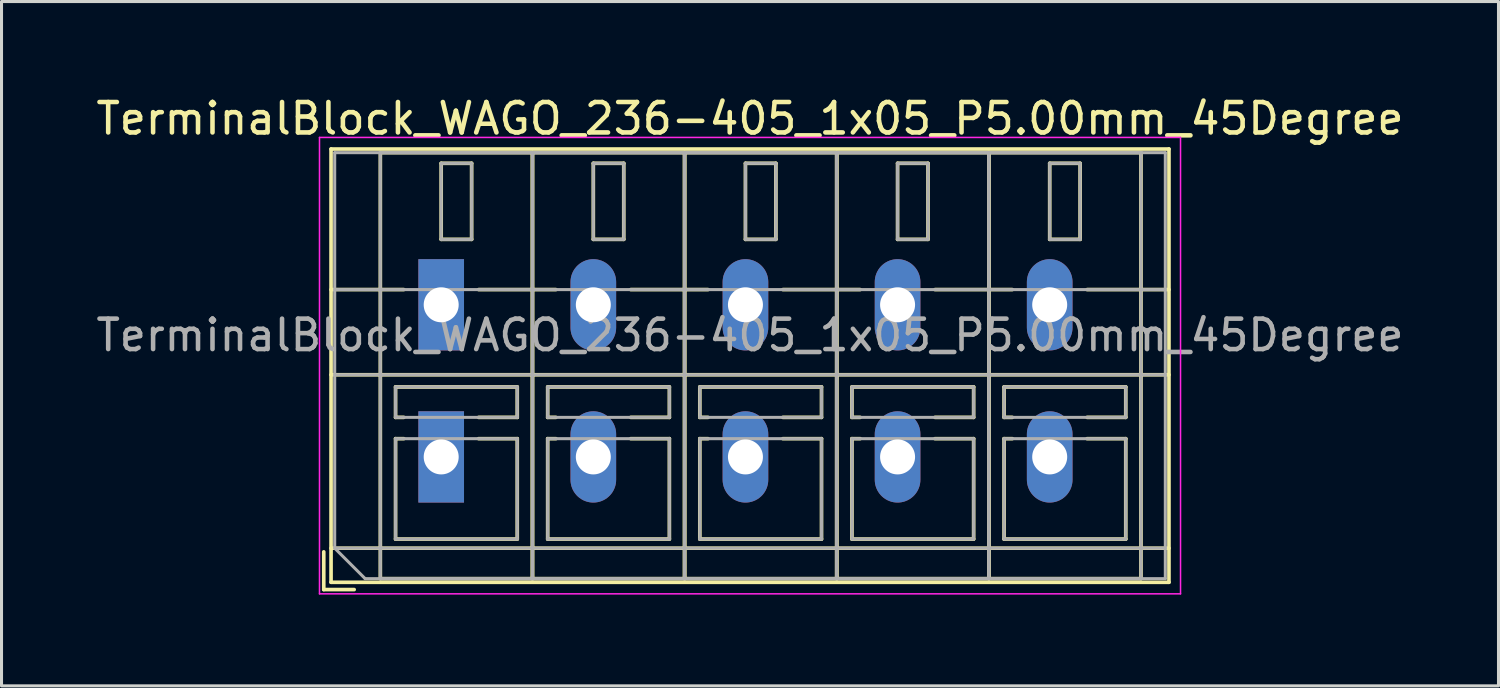
<source format=kicad_pcb>
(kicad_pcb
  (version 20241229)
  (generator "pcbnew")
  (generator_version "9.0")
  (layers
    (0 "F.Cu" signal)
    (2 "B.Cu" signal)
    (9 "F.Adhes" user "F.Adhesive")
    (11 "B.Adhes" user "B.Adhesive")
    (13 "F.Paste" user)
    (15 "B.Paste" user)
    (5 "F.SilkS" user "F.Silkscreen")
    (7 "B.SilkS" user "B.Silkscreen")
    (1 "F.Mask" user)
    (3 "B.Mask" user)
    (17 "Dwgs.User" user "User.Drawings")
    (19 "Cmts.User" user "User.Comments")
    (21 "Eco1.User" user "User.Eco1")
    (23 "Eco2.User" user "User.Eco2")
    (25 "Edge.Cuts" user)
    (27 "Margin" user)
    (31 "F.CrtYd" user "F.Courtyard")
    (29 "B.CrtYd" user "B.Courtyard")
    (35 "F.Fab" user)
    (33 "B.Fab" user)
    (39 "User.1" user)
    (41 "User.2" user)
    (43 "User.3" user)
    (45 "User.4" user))
  (footprint "TerminalBlock_WAGO_236-405_1x05_P5.00mm_45Degree"
    (layer "F.Cu")
    (at 11.451 6.968)
    (property "Reference" "TerminalBlock_WAGO_236-405_1x05_P5.00mm_45Degree" (at 10.15 -6.12 0) (layer "F.SilkS") (effects (font (size 1 1) (thickness 0.15))))
    (attr through_hole)
    (fp_line (start -3.86 8.12) (end -3.86 9.36) (stroke (width 0.12) (type solid)) (layer "F.SilkS"))
    (fp_line (start -3.86 9.36) (end -2.86 9.36) (stroke (width 0.12) (type solid)) (layer "F.SilkS"))
    (fp_line (start -3.62 -5.12) (end -3.62 9.12) (stroke (width 0.12) (type solid)) (layer "F.SilkS"))
    (fp_line (start -3.62 -5.12) (end 23.92 -5.12) (stroke (width 0.12) (type solid)) (layer "F.SilkS"))
    (fp_line (start -3.62 -0.5) (end -1.23 -0.5) (stroke (width 0.12) (type solid)) (layer "F.SilkS"))
    (fp_line (start -3.62 2.3) (end 23.92 2.3) (stroke (width 0.12) (type solid)) (layer "F.SilkS"))
    (fp_line (start -3.62 8) (end 23.92 8) (stroke (width 0.12) (type solid)) (layer "F.SilkS"))
    (fp_line (start -3.62 9.12) (end 23.92 9.12) (stroke (width 0.12) (type solid)) (layer "F.SilkS"))
    (fp_line (start -2 -5) (end -2 9) (stroke (width 0.12) (type solid)) (layer "F.SilkS"))
    (fp_line (start -2 -5) (end 3 -5) (stroke (width 0.12) (type solid)) (layer "F.SilkS"))
    (fp_line (start -2 9) (end 3 9) (stroke (width 0.12) (type solid)) (layer "F.SilkS"))
    (fp_line (start -1.5 2.7) (end -1.5 3.7) (stroke (width 0.12) (type solid)) (layer "F.SilkS"))
    (fp_line (start -1.5 2.7) (end 2.5 2.7) (stroke (width 0.12) (type solid)) (layer "F.SilkS"))
    (fp_line (start -1.5 3.7) (end -1.23 3.7) (stroke (width 0.12) (type solid)) (layer "F.SilkS"))
    (fp_line (start -1.5 4.4) (end -1.5 7.7) (stroke (width 0.12) (type solid)) (layer "F.SilkS"))
    (fp_line (start -1.5 4.4) (end -1.23 4.4) (stroke (width 0.12) (type solid)) (layer "F.SilkS"))
    (fp_line (start -1.5 7.7) (end 2.5 7.7) (stroke (width 0.12) (type solid)) (layer "F.SilkS"))
    (fp_line (start 0 -4.65) (end 0 -2.151) (stroke (width 0.12) (type solid)) (layer "F.SilkS"))
    (fp_line (start 0 -4.65) (end 1 -4.65) (stroke (width 0.12) (type solid)) (layer "F.SilkS"))
    (fp_line (start 0 -2.151) (end 1 -2.151) (stroke (width 0.12) (type solid)) (layer "F.SilkS"))
    (fp_line (start 1 -4.65) (end 1 -2.151) (stroke (width 0.12) (type solid)) (layer "F.SilkS"))
    (fp_line (start 1.23 -0.5) (end 3.77 -0.5) (stroke (width 0.12) (type solid)) (layer "F.SilkS"))
    (fp_line (start 1.23 3.7) (end 2.5 3.7) (stroke (width 0.12) (type solid)) (layer "F.SilkS"))
    (fp_line (start 1.23 4.4) (end 2.5 4.4) (stroke (width 0.12) (type solid)) (layer "F.SilkS"))
    (fp_line (start 2.5 2.7) (end 2.5 3.7) (stroke (width 0.12) (type solid)) (layer "F.SilkS"))
    (fp_line (start 2.5 4.4) (end 2.5 7.7) (stroke (width 0.12) (type solid)) (layer "F.SilkS"))
    (fp_line (start 3 -5) (end 3 9) (stroke (width 0.12) (type solid)) (layer "F.SilkS"))
    (fp_line (start 3 -5) (end 3 9) (stroke (width 0.12) (type solid)) (layer "F.SilkS"))
    (fp_line (start 3 -5) (end 8 -5) (stroke (width 0.12) (type solid)) (layer "F.SilkS"))
    (fp_line (start 3 9) (end 8 9) (stroke (width 0.12) (type solid)) (layer "F.SilkS"))
    (fp_line (start 3.5 2.7) (end 3.5 3.7) (stroke (width 0.12) (type solid)) (layer "F.SilkS"))
    (fp_line (start 3.5 2.7) (end 7.5 2.7) (stroke (width 0.12) (type solid)) (layer "F.SilkS"))
    (fp_line (start 3.5 3.7) (end 3.77 3.7) (stroke (width 0.12) (type solid)) (layer "F.SilkS"))
    (fp_line (start 3.5 4.4) (end 3.5 7.7) (stroke (width 0.12) (type solid)) (layer "F.SilkS"))
    (fp_line (start 3.5 4.4) (end 3.77 4.4) (stroke (width 0.12) (type solid)) (layer "F.SilkS"))
    (fp_line (start 3.5 7.7) (end 7.5 7.7) (stroke (width 0.12) (type solid)) (layer "F.SilkS"))
    (fp_line (start 5 -4.65) (end 5 -2.151) (stroke (width 0.12) (type solid)) (layer "F.SilkS"))
    (fp_line (start 5 -4.65) (end 6 -4.65) (stroke (width 0.12) (type solid)) (layer "F.SilkS"))
    (fp_line (start 5 -2.151) (end 6 -2.151) (stroke (width 0.12) (type solid)) (layer "F.SilkS"))
    (fp_line (start 6 -4.65) (end 6 -2.151) (stroke (width 0.12) (type solid)) (layer "F.SilkS"))
    (fp_line (start 6.23 -0.5) (end 8.77 -0.5) (stroke (width 0.12) (type solid)) (layer "F.SilkS"))
    (fp_line (start 6.23 3.7) (end 7.5 3.7) (stroke (width 0.12) (type solid)) (layer "F.SilkS"))
    (fp_line (start 6.23 4.4) (end 7.5 4.4) (stroke (width 0.12) (type solid)) (layer "F.SilkS"))
    (fp_line (start 7.5 2.7) (end 7.5 3.7) (stroke (width 0.12) (type solid)) (layer "F.SilkS"))
    (fp_line (start 7.5 4.4) (end 7.5 7.7) (stroke (width 0.12) (type solid)) (layer "F.SilkS"))
    (fp_line (start 8 -5) (end 8 9) (stroke (width 0.12) (type solid)) (layer "F.SilkS"))
    (fp_line (start 8 -5) (end 8 9) (stroke (width 0.12) (type solid)) (layer "F.SilkS"))
    (fp_line (start 8 -5) (end 13 -5) (stroke (width 0.12) (type solid)) (layer "F.SilkS"))
    (fp_line (start 8 9) (end 13 9) (stroke (width 0.12) (type solid)) (layer "F.SilkS"))
    (fp_line (start 8.5 2.7) (end 8.5 3.7) (stroke (width 0.12) (type solid)) (layer "F.SilkS"))
    (fp_line (start 8.5 2.7) (end 12.5 2.7) (stroke (width 0.12) (type solid)) (layer "F.SilkS"))
    (fp_line (start 8.5 3.7) (end 8.77 3.7) (stroke (width 0.12) (type solid)) (layer "F.SilkS"))
    (fp_line (start 8.5 4.4) (end 8.5 7.7) (stroke (width 0.12) (type solid)) (layer "F.SilkS"))
    (fp_line (start 8.5 4.4) (end 8.77 4.4) (stroke (width 0.12) (type solid)) (layer "F.SilkS"))
    (fp_line (start 8.5 7.7) (end 12.5 7.7) (stroke (width 0.12) (type solid)) (layer "F.SilkS"))
    (fp_line (start 10 -4.65) (end 10 -2.151) (stroke (width 0.12) (type solid)) (layer "F.SilkS"))
    (fp_line (start 10 -4.65) (end 11 -4.65) (stroke (width 0.12) (type solid)) (layer "F.SilkS"))
    (fp_line (start 10 -2.151) (end 11 -2.151) (stroke (width 0.12) (type solid)) (layer "F.SilkS"))
    (fp_line (start 11 -4.65) (end 11 -2.151) (stroke (width 0.12) (type solid)) (layer "F.SilkS"))
    (fp_line (start 11.23 -0.5) (end 13.77 -0.5) (stroke (width 0.12) (type solid)) (layer "F.SilkS"))
    (fp_line (start 11.23 3.7) (end 12.5 3.7) (stroke (width 0.12) (type solid)) (layer "F.SilkS"))
    (fp_line (start 11.23 4.4) (end 12.5 4.4) (stroke (width 0.12) (type solid)) (layer "F.SilkS"))
    (fp_line (start 12.5 2.7) (end 12.5 3.7) (stroke (width 0.12) (type solid)) (layer "F.SilkS"))
    (fp_line (start 12.5 4.4) (end 12.5 7.7) (stroke (width 0.12) (type solid)) (layer "F.SilkS"))
    (fp_line (start 13 -5) (end 13 9) (stroke (width 0.12) (type solid)) (layer "F.SilkS"))
    (fp_line (start 13 -5) (end 13 9) (stroke (width 0.12) (type solid)) (layer "F.SilkS"))
    (fp_line (start 13 -5) (end 18 -5) (stroke (width 0.12) (type solid)) (layer "F.SilkS"))
    (fp_line (start 13 9) (end 18 9) (stroke (width 0.12) (type solid)) (layer "F.SilkS"))
    (fp_line (start 13.5 2.7) (end 13.5 3.7) (stroke (width 0.12) (type solid)) (layer "F.SilkS"))
    (fp_line (start 13.5 2.7) (end 17.5 2.7) (stroke (width 0.12) (type solid)) (layer "F.SilkS"))
    (fp_line (start 13.5 3.7) (end 13.77 3.7) (stroke (width 0.12) (type solid)) (layer "F.SilkS"))
    (fp_line (start 13.5 4.4) (end 13.5 7.7) (stroke (width 0.12) (type solid)) (layer "F.SilkS"))
    (fp_line (start 13.5 4.4) (end 13.77 4.4) (stroke (width 0.12) (type solid)) (layer "F.SilkS"))
    (fp_line (start 13.5 7.7) (end 17.5 7.7) (stroke (width 0.12) (type solid)) (layer "F.SilkS"))
    (fp_line (start 15 -4.65) (end 15 -2.151) (stroke (width 0.12) (type solid)) (layer "F.SilkS"))
    (fp_line (start 15 -4.65) (end 16 -4.65) (stroke (width 0.12) (type solid)) (layer "F.SilkS"))
    (fp_line (start 15 -2.151) (end 16 -2.151) (stroke (width 0.12) (type solid)) (layer "F.SilkS"))
    (fp_line (start 16 -4.65) (end 16 -2.151) (stroke (width 0.12) (type solid)) (layer "F.SilkS"))
    (fp_line (start 16.23 -0.5) (end 18.77 -0.5) (stroke (width 0.12) (type solid)) (layer "F.SilkS"))
    (fp_line (start 16.23 3.7) (end 17.5 3.7) (stroke (width 0.12) (type solid)) (layer "F.SilkS"))
    (fp_line (start 16.23 4.4) (end 17.5 4.4) (stroke (width 0.12) (type solid)) (layer "F.SilkS"))
    (fp_line (start 17.5 2.7) (end 17.5 3.7) (stroke (width 0.12) (type solid)) (layer "F.SilkS"))
    (fp_line (start 17.5 4.4) (end 17.5 7.7) (stroke (width 0.12) (type solid)) (layer "F.SilkS"))
    (fp_line (start 18 -5) (end 18 9) (stroke (width 0.12) (type solid)) (layer "F.SilkS"))
    (fp_line (start 18 -5) (end 18 9) (stroke (width 0.12) (type solid)) (layer "F.SilkS"))
    (fp_line (start 18 -5) (end 23 -5) (stroke (width 0.12) (type solid)) (layer "F.SilkS"))
    (fp_line (start 18 9) (end 23 9) (stroke (width 0.12) (type solid)) (layer "F.SilkS"))
    (fp_line (start 18.5 2.7) (end 18.5 3.7) (stroke (width 0.12) (type solid)) (layer "F.SilkS"))
    (fp_line (start 18.5 2.7) (end 22.5 2.7) (stroke (width 0.12) (type solid)) (layer "F.SilkS"))
    (fp_line (start 18.5 3.7) (end 18.77 3.7) (stroke (width 0.12) (type solid)) (layer "F.SilkS"))
    (fp_line (start 18.5 4.4) (end 18.5 7.7) (stroke (width 0.12) (type solid)) (layer "F.SilkS"))
    (fp_line (start 18.5 4.4) (end 18.77 4.4) (stroke (width 0.12) (type solid)) (layer "F.SilkS"))
    (fp_line (start 18.5 7.7) (end 22.5 7.7) (stroke (width 0.12) (type solid)) (layer "F.SilkS"))
    (fp_line (start 20 -4.65) (end 20 -2.151) (stroke (width 0.12) (type solid)) (layer "F.SilkS"))
    (fp_line (start 20 -4.65) (end 21 -4.65) (stroke (width 0.12) (type solid)) (layer "F.SilkS"))
    (fp_line (start 20 -2.151) (end 21 -2.151) (stroke (width 0.12) (type solid)) (layer "F.SilkS"))
    (fp_line (start 21 -4.65) (end 21 -2.151) (stroke (width 0.12) (type solid)) (layer "F.SilkS"))
    (fp_line (start 21.23 -0.5) (end 23.92 -0.5) (stroke (width 0.12) (type solid)) (layer "F.SilkS"))
    (fp_line (start 21.23 3.7) (end 22.5 3.7) (stroke (width 0.12) (type solid)) (layer "F.SilkS"))
    (fp_line (start 21.23 4.4) (end 22.5 4.4) (stroke (width 0.12) (type solid)) (layer "F.SilkS"))
    (fp_line (start 22.5 2.7) (end 22.5 3.7) (stroke (width 0.12) (type solid)) (layer "F.SilkS"))
    (fp_line (start 22.5 4.4) (end 22.5 7.7) (stroke (width 0.12) (type solid)) (layer "F.SilkS"))
    (fp_line (start 23 -5) (end 23 9) (stroke (width 0.12) (type solid)) (layer "F.SilkS"))
    (fp_line (start 23.92 -5.12) (end 23.92 9.12) (stroke (width 0.12) (type solid)) (layer "F.SilkS"))
    (fp_line (start -4 -5.5) (end -4 9.5) (stroke (width 0.05) (type solid)) (layer "F.CrtYd"))
    (fp_line (start -4 9.5) (end 24.3 9.5) (stroke (width 0.05) (type solid)) (layer "F.CrtYd"))
    (fp_line (start 24.3 -5.5) (end -4 -5.5) (stroke (width 0.05) (type solid)) (layer "F.CrtYd"))
    (fp_line (start 24.3 9.5) (end 24.3 -5.5) (stroke (width 0.05) (type solid)) (layer "F.CrtYd"))
    (fp_line (start -3.5 -5) (end 23.8 -5) (stroke (width 0.1) (type solid)) (layer "F.Fab"))
    (fp_line (start -3.5 -0.5) (end 23.8 -0.5) (stroke (width 0.1) (type solid)) (layer "F.Fab"))
    (fp_line (start -3.5 2.3) (end 23.8 2.3) (stroke (width 0.1) (type solid)) (layer "F.Fab"))
    (fp_line (start -3.5 8) (end -3.5 -5) (stroke (width 0.1) (type solid)) (layer "F.Fab"))
    (fp_line (start -3.5 8) (end 23.8 8) (stroke (width 0.1) (type solid)) (layer "F.Fab"))
    (fp_line (start -2.5 9) (end -3.5 8) (stroke (width 0.1) (type solid)) (layer "F.Fab"))
    (fp_line (start -2 -5) (end -2 9) (stroke (width 0.1) (type solid)) (layer "F.Fab"))
    (fp_line (start -2 9) (end 3 9) (stroke (width 0.1) (type solid)) (layer "F.Fab"))
    (fp_line (start -1.5 2.7) (end -1.5 3.7) (stroke (width 0.1) (type solid)) (layer "F.Fab"))
    (fp_line (start -1.5 3.7) (end 2.5 3.7) (stroke (width 0.1) (type solid)) (layer "F.Fab"))
    (fp_line (start -1.5 4.4) (end -1.5 7.7) (stroke (width 0.1) (type solid)) (layer "F.Fab"))
    (fp_line (start -1.5 7.7) (end 2.5 7.7) (stroke (width 0.1) (type solid)) (layer "F.Fab"))
    (fp_line (start 0 -4.65) (end 0 -2.15) (stroke (width 0.1) (type solid)) (layer "F.Fab"))
    (fp_line (start 0 -2.15) (end 1 -2.15) (stroke (width 0.1) (type solid)) (layer "F.Fab"))
    (fp_line (start 1 -4.65) (end 0 -4.65) (stroke (width 0.1) (type solid)) (layer "F.Fab"))
    (fp_line (start 1 -2.15) (end 1 -4.65) (stroke (width 0.1) (type solid)) (layer "F.Fab"))
    (fp_line (start 2.5 2.7) (end -1.5 2.7) (stroke (width 0.1) (type solid)) (layer "F.Fab"))
    (fp_line (start 2.5 3.7) (end 2.5 2.7) (stroke (width 0.1) (type solid)) (layer "F.Fab"))
    (fp_line (start 2.5 4.4) (end -1.5 4.4) (stroke (width 0.1) (type solid)) (layer "F.Fab"))
    (fp_line (start 2.5 7.7) (end 2.5 4.4) (stroke (width 0.1) (type solid)) (layer "F.Fab"))
    (fp_line (start 3 -5) (end -2 -5) (stroke (width 0.1) (type solid)) (layer "F.Fab"))
    (fp_line (start 3 -5) (end 3 9) (stroke (width 0.1) (type solid)) (layer "F.Fab"))
    (fp_line (start 3 9) (end 3 -5) (stroke (width 0.1) (type solid)) (layer "F.Fab"))
    (fp_line (start 3 9) (end 8 9) (stroke (width 0.1) (type solid)) (layer "F.Fab"))
    (fp_line (start 3.5 2.7) (end 3.5 3.7) (stroke (width 0.1) (type solid)) (layer "F.Fab"))
    (fp_line (start 3.5 3.7) (end 7.5 3.7) (stroke (width 0.1) (type solid)) (layer "F.Fab"))
    (fp_line (start 3.5 4.4) (end 3.5 7.7) (stroke (width 0.1) (type solid)) (layer "F.Fab"))
    (fp_line (start 3.5 7.7) (end 7.5 7.7) (stroke (width 0.1) (type solid)) (layer "F.Fab"))
    (fp_line (start 5 -4.65) (end 5 -2.15) (stroke (width 0.1) (type solid)) (layer "F.Fab"))
    (fp_line (start 5 -2.15) (end 6 -2.15) (stroke (width 0.1) (type solid)) (layer "F.Fab"))
    (fp_line (start 6 -4.65) (end 5 -4.65) (stroke (width 0.1) (type solid)) (layer "F.Fab"))
    (fp_line (start 6 -2.15) (end 6 -4.65) (stroke (width 0.1) (type solid)) (layer "F.Fab"))
    (fp_line (start 7.5 2.7) (end 3.5 2.7) (stroke (width 0.1) (type solid)) (layer "F.Fab"))
    (fp_line (start 7.5 3.7) (end 7.5 2.7) (stroke (width 0.1) (type solid)) (layer "F.Fab"))
    (fp_line (start 7.5 4.4) (end 3.5 4.4) (stroke (width 0.1) (type solid)) (layer "F.Fab"))
    (fp_line (start 7.5 7.7) (end 7.5 4.4) (stroke (width 0.1) (type solid)) (layer "F.Fab"))
    (fp_line (start 8 -5) (end 3 -5) (stroke (width 0.1) (type solid)) (layer "F.Fab"))
    (fp_line (start 8 -5) (end 8 9) (stroke (width 0.1) (type solid)) (layer "F.Fab"))
    (fp_line (start 8 9) (end 8 -5) (stroke (width 0.1) (type solid)) (layer "F.Fab"))
    (fp_line (start 8 9) (end 13 9) (stroke (width 0.1) (type solid)) (layer "F.Fab"))
    (fp_line (start 8.5 2.7) (end 8.5 3.7) (stroke (width 0.1) (type solid)) (layer "F.Fab"))
    (fp_line (start 8.5 3.7) (end 12.5 3.7) (stroke (width 0.1) (type solid)) (layer "F.Fab"))
    (fp_line (start 8.5 4.4) (end 8.5 7.7) (stroke (width 0.1) (type solid)) (layer "F.Fab"))
    (fp_line (start 8.5 7.7) (end 12.5 7.7) (stroke (width 0.1) (type solid)) (layer "F.Fab"))
    (fp_line (start 10 -4.65) (end 10 -2.15) (stroke (width 0.1) (type solid)) (layer "F.Fab"))
    (fp_line (start 10 -2.15) (end 11 -2.15) (stroke (width 0.1) (type solid)) (layer "F.Fab"))
    (fp_line (start 11 -4.65) (end 10 -4.65) (stroke (width 0.1) (type solid)) (layer "F.Fab"))
    (fp_line (start 11 -2.15) (end 11 -4.65) (stroke (width 0.1) (type solid)) (layer "F.Fab"))
    (fp_line (start 12.5 2.7) (end 8.5 2.7) (stroke (width 0.1) (type solid)) (layer "F.Fab"))
    (fp_line (start 12.5 3.7) (end 12.5 2.7) (stroke (width 0.1) (type solid)) (layer "F.Fab"))
    (fp_line (start 12.5 4.4) (end 8.5 4.4) (stroke (width 0.1) (type solid)) (layer "F.Fab"))
    (fp_line (start 12.5 7.7) (end 12.5 4.4) (stroke (width 0.1) (type solid)) (layer "F.Fab"))
    (fp_line (start 13 -5) (end 8 -5) (stroke (width 0.1) (type solid)) (layer "F.Fab"))
    (fp_line (start 13 -5) (end 13 9) (stroke (width 0.1) (type solid)) (layer "F.Fab"))
    (fp_line (start 13 9) (end 13 -5) (stroke (width 0.1) (type solid)) (layer "F.Fab"))
    (fp_line (start 13 9) (end 18 9) (stroke (width 0.1) (type solid)) (layer "F.Fab"))
    (fp_line (start 13.5 2.7) (end 13.5 3.7) (stroke (width 0.1) (type solid)) (layer "F.Fab"))
    (fp_line (start 13.5 3.7) (end 17.5 3.7) (stroke (width 0.1) (type solid)) (layer "F.Fab"))
    (fp_line (start 13.5 4.4) (end 13.5 7.7) (stroke (width 0.1) (type solid)) (layer "F.Fab"))
    (fp_line (start 13.5 7.7) (end 17.5 7.7) (stroke (width 0.1) (type solid)) (layer "F.Fab"))
    (fp_line (start 15 -4.65) (end 15 -2.15) (stroke (width 0.1) (type solid)) (layer "F.Fab"))
    (fp_line (start 15 -2.15) (end 16 -2.15) (stroke (width 0.1) (type solid)) (layer "F.Fab"))
    (fp_line (start 16 -4.65) (end 15 -4.65) (stroke (width 0.1) (type solid)) (layer "F.Fab"))
    (fp_line (start 16 -2.15) (end 16 -4.65) (stroke (width 0.1) (type solid)) (layer "F.Fab"))
    (fp_line (start 17.5 2.7) (end 13.5 2.7) (stroke (width 0.1) (type solid)) (layer "F.Fab"))
    (fp_line (start 17.5 3.7) (end 17.5 2.7) (stroke (width 0.1) (type solid)) (layer "F.Fab"))
    (fp_line (start 17.5 4.4) (end 13.5 4.4) (stroke (width 0.1) (type solid)) (layer "F.Fab"))
    (fp_line (start 17.5 7.7) (end 17.5 4.4) (stroke (width 0.1) (type solid)) (layer "F.Fab"))
    (fp_line (start 18 -5) (end 13 -5) (stroke (width 0.1) (type solid)) (layer "F.Fab"))
    (fp_line (start 18 -5) (end 18 9) (stroke (width 0.1) (type solid)) (layer "F.Fab"))
    (fp_line (start 18 9) (end 18 -5) (stroke (width 0.1) (type solid)) (layer "F.Fab"))
    (fp_line (start 18 9) (end 23 9) (stroke (width 0.1) (type solid)) (layer "F.Fab"))
    (fp_line (start 18.5 2.7) (end 18.5 3.7) (stroke (width 0.1) (type solid)) (layer "F.Fab"))
    (fp_line (start 18.5 3.7) (end 22.5 3.7) (stroke (width 0.1) (type solid)) (layer "F.Fab"))
    (fp_line (start 18.5 4.4) (end 18.5 7.7) (stroke (width 0.1) (type solid)) (layer "F.Fab"))
    (fp_line (start 18.5 7.7) (end 22.5 7.7) (stroke (width 0.1) (type solid)) (layer "F.Fab"))
    (fp_line (start 20 -4.65) (end 20 -2.15) (stroke (width 0.1) (type solid)) (layer "F.Fab"))
    (fp_line (start 20 -2.15) (end 21 -2.15) (stroke (width 0.1) (type solid)) (layer "F.Fab"))
    (fp_line (start 21 -4.65) (end 20 -4.65) (stroke (width 0.1) (type solid)) (layer "F.Fab"))
    (fp_line (start 21 -2.15) (end 21 -4.65) (stroke (width 0.1) (type solid)) (layer "F.Fab"))
    (fp_line (start 22.5 2.7) (end 18.5 2.7) (stroke (width 0.1) (type solid)) (layer "F.Fab"))
    (fp_line (start 22.5 3.7) (end 22.5 2.7) (stroke (width 0.1) (type solid)) (layer "F.Fab"))
    (fp_line (start 22.5 4.4) (end 18.5 4.4) (stroke (width 0.1) (type solid)) (layer "F.Fab"))
    (fp_line (start 22.5 7.7) (end 22.5 4.4) (stroke (width 0.1) (type solid)) (layer "F.Fab"))
    (fp_line (start 23 -5) (end 18 -5) (stroke (width 0.1) (type solid)) (layer "F.Fab"))
    (fp_line (start 23 9) (end 23 -5) (stroke (width 0.1) (type solid)) (layer "F.Fab"))
    (fp_line (start 23.8 -5) (end 23.8 9) (stroke (width 0.1) (type solid)) (layer "F.Fab"))
    (fp_line (start 23.8 9) (end -2.5 9) (stroke (width 0.1) (type solid)) (layer "F.Fab"))
    (fp_text user "${REFERENCE}" (at 10.15 1 0) (layer "F.Fab") (effects (font (size 1 1) (thickness 0.15))))
    (pad "1" thru_hole rect (at 0 0) (size 1.5 3) (drill 1.15) (layers "*.Cu" "*.Mask"))
    (pad "1" thru_hole rect (at 0 5) (size 1.5 3) (drill 1.15) (layers "*.Cu" "*.Mask"))
    (pad "2" thru_hole oval (at 5 0) (size 1.5 3) (drill 1.15) (layers "*.Cu" "*.Mask"))
    (pad "2" thru_hole oval (at 5 5) (size 1.5 3) (drill 1.15) (layers "*.Cu" "*.Mask"))
    (pad "3" thru_hole oval (at 10 0) (size 1.5 3) (drill 1.15) (layers "*.Cu" "*.Mask"))
    (pad "3" thru_hole oval (at 10 5) (size 1.5 3) (drill 1.15) (layers "*.Cu" "*.Mask"))
    (pad "4" thru_hole oval (at 15 0) (size 1.5 3) (drill 1.15) (layers "*.Cu" "*.Mask"))
    (pad "4" thru_hole oval (at 15 5) (size 1.5 3) (drill 1.15) (layers "*.Cu" "*.Mask"))
    (pad "5" thru_hole oval (at 20 0) (size 1.5 3) (drill 1.15) (layers "*.Cu" "*.Mask"))
    (pad "5" thru_hole oval (at 20 5) (size 1.5 3) (drill 1.15) (layers "*.Cu" "*.Mask")))
  (gr_rect
    (start -3 -3)
    (end 46.202 19.493)
    (stroke (width 0.1) (type default))
    (fill no)
    (layer "Edge.Cuts")))
</source>
